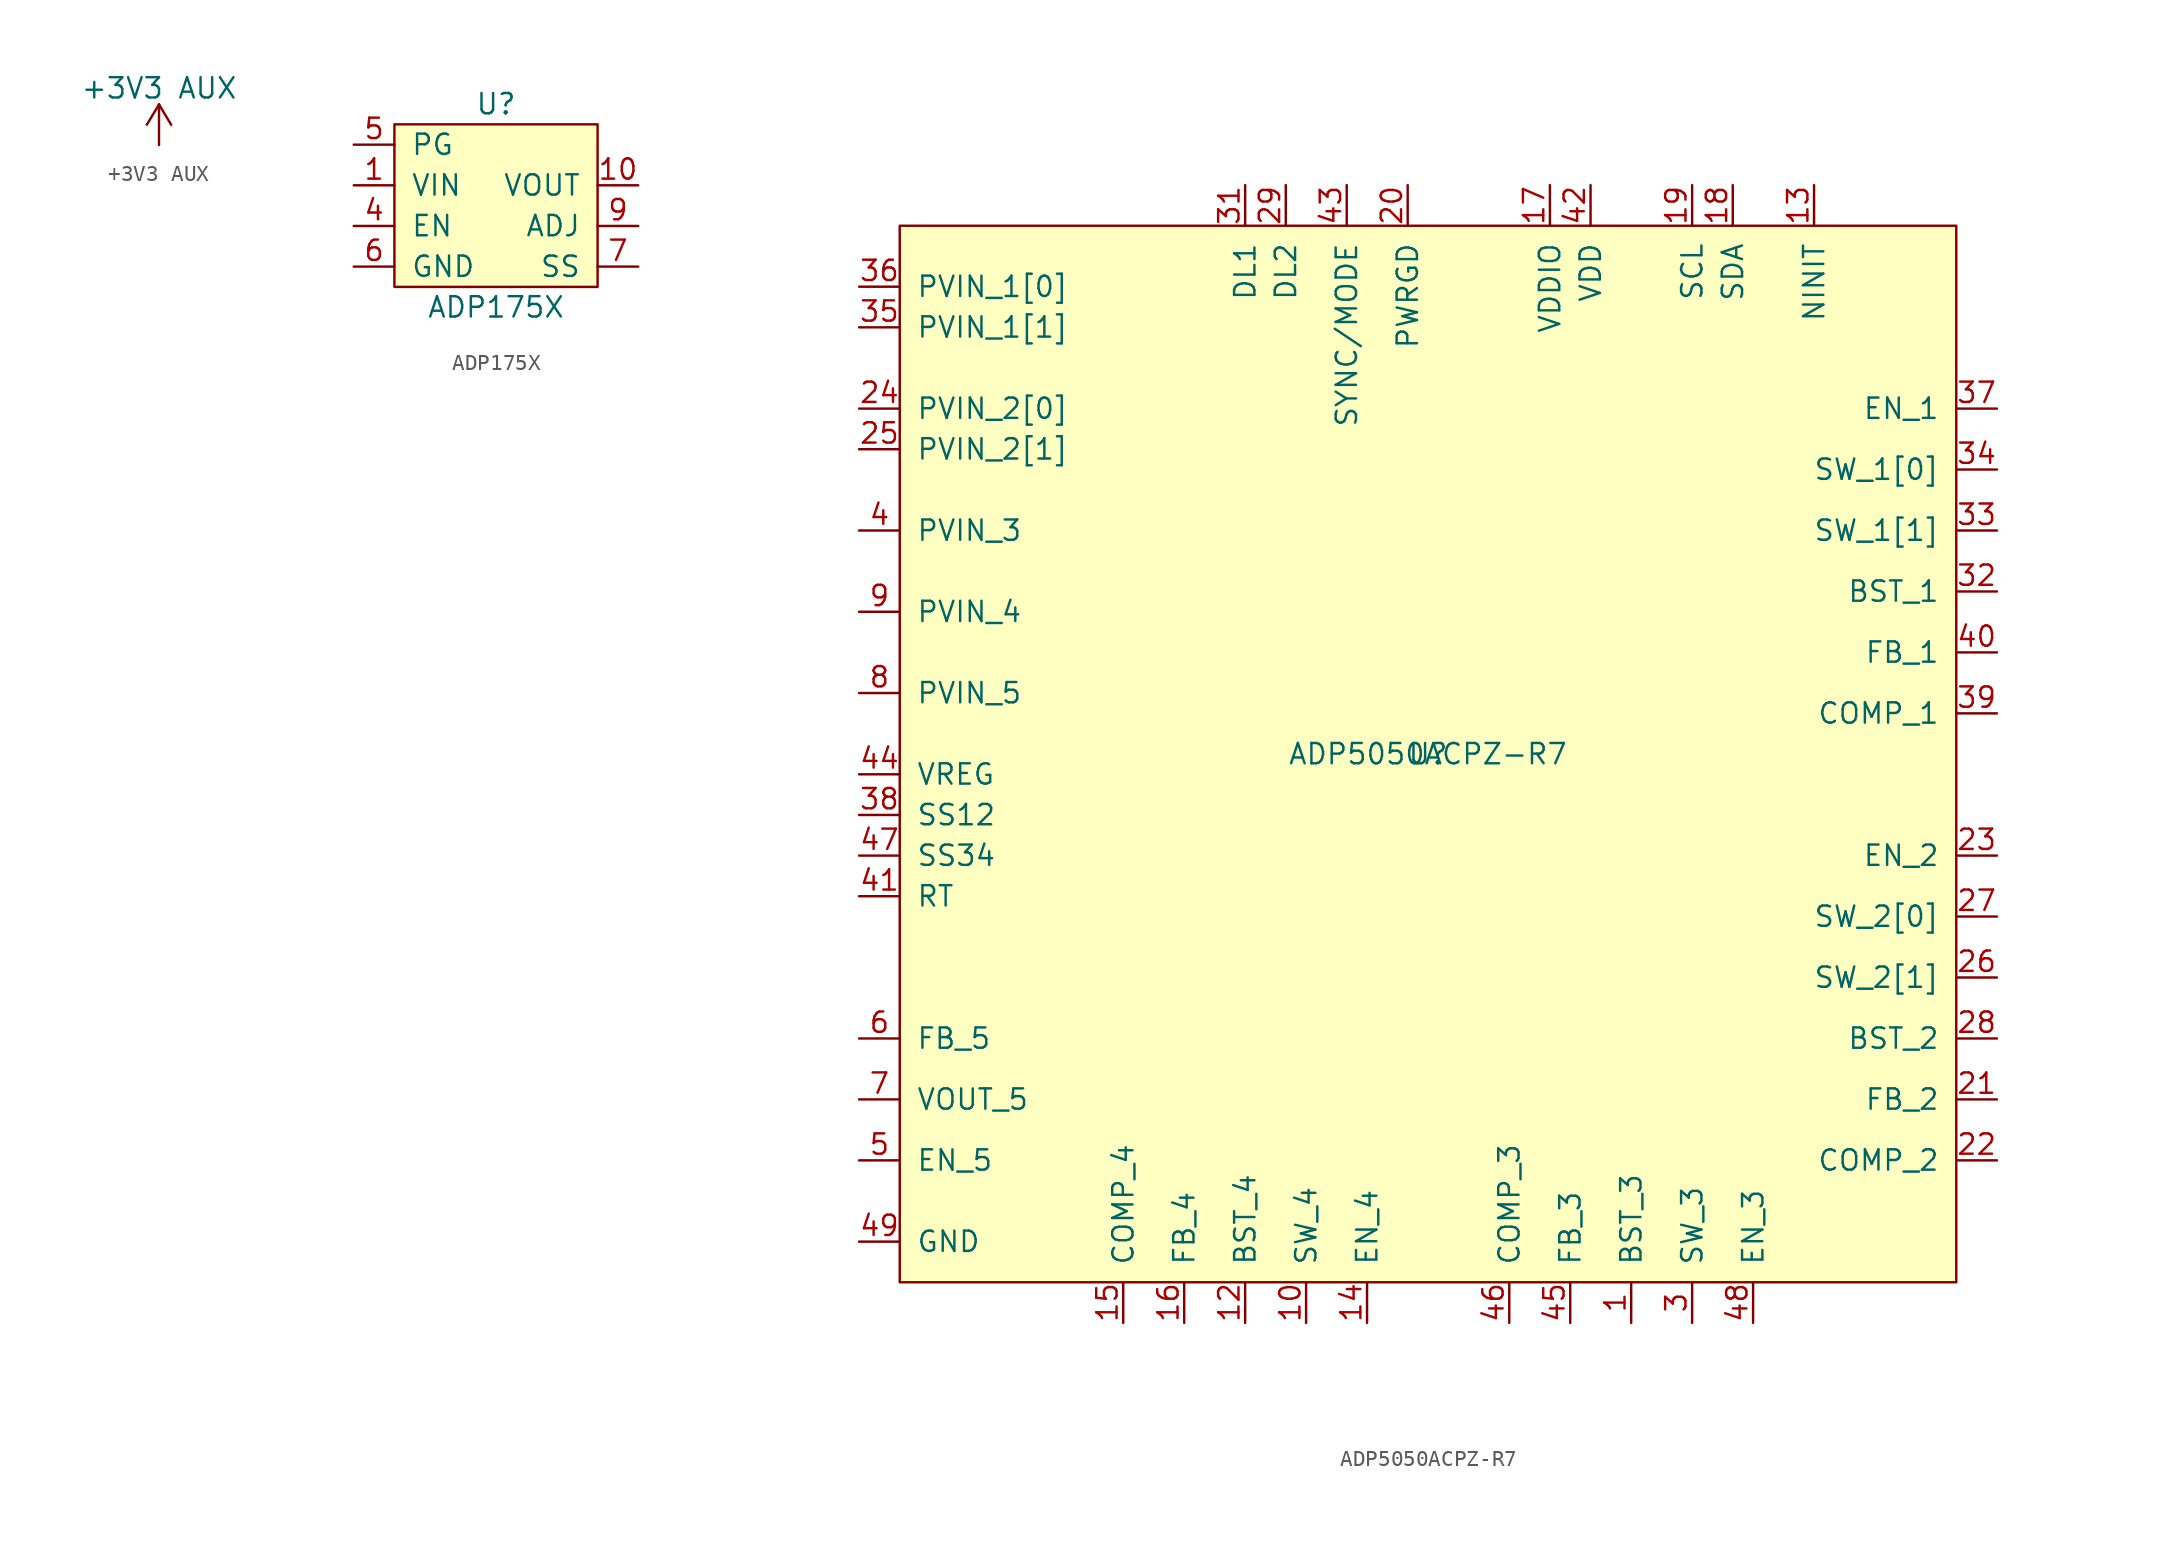
<source format=kicad_sym>
(kicad_symbol_lib
  (version 20220914)
  (generator kicad_symbol_editor)
  (symbol "+3V3 AUX"
    (power)
    (pin_names
      (offset 0))
    (property "Reference" "#PWR"
      (at 0 -3.81 0)
      (effects (font (size 1.27 1.27)) hide))
    (property "Value" "+3V3 AUX"
      (at 0 3.556 0)
      (effects (font (size 1.27 1.27))))
    (symbol "+3V3 AUX_0_1"
      (polyline (pts (xy -0.762 1.27) (xy 0 2.54)) (stroke (width 0) (type default)) (fill (type none)))
      (polyline (pts (xy 0 0) (xy 0 2.54)) (stroke (width 0) (type default)) (fill (type none)))
      (polyline (pts (xy 0 2.54) (xy 0.762 1.27)) (stroke (width 0) (type default)) (fill (type none))))
    (symbol "+3V3 AUX_1_1"
      (pin power_in line (at 0 0 90) (length 0) hide (name "+3V3_AUX" (effects (font (size 1.27 1.27)))) (number "1" (effects (font (size 1.27 1.27)))))))
  (symbol "ADP175X"
    (pin_names
      (offset 1.016))
    (property "Reference" "U"
      (at 0 5.08 0)
      (effects (font (size 1.27 1.27))))
    (property "Value" "ADP175X"
      (at 0 -7.62 0)
      (effects (font (size 1.27 1.27))))
    (symbol "ADP175X_0_1"
      (rectangle (start -6.35 -6.35) (end 6.35 3.81) (stroke (width 0) (type default)) (fill (type background))))
    (symbol "ADP175X_1_1"
      (pin power_in line (at -8.89 0 0) (length 2.54) (name "VIN" (effects (font (size 1.27 1.27)))) (number "1" (effects (font (size 1.27 1.27)))))
      (pin power_out line (at 8.89 0 180) (length 2.54) (name "VOUT" (effects (font (size 1.27 1.27)))) (number "10" (effects (font (size 1.27 1.27)))))
      (pin passive line (at 8.89 0 180) (length 2.54) hide (name "VOUT" (effects (font (size 1.27 1.27)))) (number "11" (effects (font (size 1.27 1.27)))))
      (pin passive line (at 8.89 0 180) (length 2.54) hide (name "VOUT" (effects (font (size 1.27 1.27)))) (number "12" (effects (font (size 1.27 1.27)))))
      (pin passive line (at 8.89 0 180) (length 2.54) hide (name "VOUT" (effects (font (size 1.27 1.27)))) (number "13" (effects (font (size 1.27 1.27)))))
      (pin passive line (at 8.89 0 180) (length 2.54) hide (name "VOUT" (effects (font (size 1.27 1.27)))) (number "14" (effects (font (size 1.27 1.27)))))
      (pin passive line (at -8.89 0 0) (length 2.54) hide (name "VIN" (effects (font (size 1.27 1.27)))) (number "15" (effects (font (size 1.27 1.27)))))
      (pin passive line (at -8.89 0 0) (length 2.54) hide (name "VIN" (effects (font (size 1.27 1.27)))) (number "16" (effects (font (size 1.27 1.27)))))
      (pin passive line (at -8.89 -5.08 0) (length 2.54) hide (name "GND" (effects (font (size 1.27 1.27)))) (number "17" (effects (font (size 1.27 1.27)))))
      (pin passive line (at -8.89 0 0) (length 2.54) hide (name "VIN" (effects (font (size 1.27 1.27)))) (number "2" (effects (font (size 1.27 1.27)))))
      (pin passive line (at -8.89 0 0) (length 2.54) hide (name "VIN" (effects (font (size 1.27 1.27)))) (number "3" (effects (font (size 1.27 1.27)))))
      (pin passive line (at -8.89 -2.54 0) (length 2.54) (name "EN" (effects (font (size 1.27 1.27)))) (number "4" (effects (font (size 1.27 1.27)))))
      (pin passive line (at -8.89 2.54 0) (length 2.54) (name "PG" (effects (font (size 1.27 1.27)))) (number "5" (effects (font (size 1.27 1.27)))))
      (pin passive line (at -8.89 -5.08 0) (length 2.54) (name "GND" (effects (font (size 1.27 1.27)))) (number "6" (effects (font (size 1.27 1.27)))))
      (pin passive line (at 8.89 -5.08 180) (length 2.54) (name "SS" (effects (font (size 1.27 1.27)))) (number "7" (effects (font (size 1.27 1.27)))))
      (pin no_connect non_logic (at 8.89 2.54 180) (length 2.54) hide (name "NC" (effects (font (size 1.27 1.27)))) (number "8" (effects (font (size 1.27 1.27)))))
      (pin passive line (at 8.89 -2.54 180) (length 2.54) (name "ADJ" (effects (font (size 1.27 1.27)))) (number "9" (effects (font (size 1.27 1.27)))))))
  (symbol "ADP5050ACPZ-R7"
    (pin_names
      (offset 1.016))
    (property "Reference" "U"
      (at 0 1.27 0)
      (effects (font (size 1.27 1.27))))
    (property "Value" "ADP5050ACPZ-R7"
      (at 0 1.27 0)
      (effects (font (size 1.27 1.27))))
    (symbol "ADP5050ACPZ-R7_0_1"
      (rectangle (start -33.02 34.29) (end 33.02 -31.75) (stroke (width 0) (type default)) (fill (type background))))
    (symbol "ADP5050ACPZ-R7_1_1"
      (pin passive line (at 12.7 -34.29 90) (length 2.54) (name "BST_3" (effects (font (size 1.27 1.27)))) (number "1" (effects (font (size 1.27 1.27)))))
      (pin power_out line (at -7.62 -34.29 90) (length 2.54) (name "SW_4" (effects (font (size 1.27 1.27)))) (number "10" (effects (font (size 1.27 1.27)))))
      (pin passive line (at -35.56 -29.21 0) (length 2.54) hide (name "GND" (effects (font (size 1.27 1.27)))) (number "11" (effects (font (size 1.27 1.27)))))
      (pin passive line (at -11.43 -34.29 90) (length 2.54) (name "BST_4" (effects (font (size 1.27 1.27)))) (number "12" (effects (font (size 1.27 1.27)))))
      (pin passive line (at 24.13 36.83 270) (length 2.54) (name "NINIT" (effects (font (size 1.27 1.27)))) (number "13" (effects (font (size 1.27 1.27)))))
      (pin input line (at -3.81 -34.29 90) (length 2.54) (name "EN_4" (effects (font (size 1.27 1.27)))) (number "14" (effects (font (size 1.27 1.27)))))
      (pin passive line (at -19.05 -34.29 90) (length 2.54) (name "COMP_4" (effects (font (size 1.27 1.27)))) (number "15" (effects (font (size 1.27 1.27)))))
      (pin input line (at -15.24 -34.29 90) (length 2.54) (name "FB_4" (effects (font (size 1.27 1.27)))) (number "16" (effects (font (size 1.27 1.27)))))
      (pin power_out line (at 7.62 36.83 270) (length 2.54) (name "VDDIO" (effects (font (size 1.27 1.27)))) (number "17" (effects (font (size 1.27 1.27)))))
      (pin passive line (at 19.05 36.83 270) (length 2.54) (name "SDA" (effects (font (size 1.27 1.27)))) (number "18" (effects (font (size 1.27 1.27)))))
      (pin passive line (at 16.51 36.83 270) (length 2.54) (name "SCL" (effects (font (size 1.27 1.27)))) (number "19" (effects (font (size 1.27 1.27)))))
      (pin passive line (at -35.56 -29.21 0) (length 2.54) hide (name "GND" (effects (font (size 1.27 1.27)))) (number "2" (effects (font (size 1.27 1.27)))))
      (pin passive line (at -1.27 36.83 270) (length 2.54) (name "PWRGD" (effects (font (size 1.27 1.27)))) (number "20" (effects (font (size 1.27 1.27)))))
      (pin input line (at 35.56 -20.32 180) (length 2.54) (name "FB_2" (effects (font (size 1.27 1.27)))) (number "21" (effects (font (size 1.27 1.27)))))
      (pin passive line (at 35.56 -24.13 180) (length 2.54) (name "COMP_2" (effects (font (size 1.27 1.27)))) (number "22" (effects (font (size 1.27 1.27)))))
      (pin input line (at 35.56 -5.08 180) (length 2.54) (name "EN_2" (effects (font (size 1.27 1.27)))) (number "23" (effects (font (size 1.27 1.27)))))
      (pin power_in line (at -35.56 22.86 0) (length 2.54) (name "PVIN_2[0]" (effects (font (size 1.27 1.27)))) (number "24" (effects (font (size 1.27 1.27)))))
      (pin power_in line (at -35.56 20.32 0) (length 2.54) (name "PVIN_2[1]" (effects (font (size 1.27 1.27)))) (number "25" (effects (font (size 1.27 1.27)))))
      (pin power_out line (at 35.56 -12.7 180) (length 2.54) (name "SW_2[1]" (effects (font (size 1.27 1.27)))) (number "26" (effects (font (size 1.27 1.27)))))
      (pin power_out line (at 35.56 -8.89 180) (length 2.54) (name "SW_2[0]" (effects (font (size 1.27 1.27)))) (number "27" (effects (font (size 1.27 1.27)))))
      (pin passive line (at 35.56 -16.51 180) (length 2.54) (name "BST_2" (effects (font (size 1.27 1.27)))) (number "28" (effects (font (size 1.27 1.27)))))
      (pin passive line (at -8.89 36.83 270) (length 2.54) (name "DL2" (effects (font (size 1.27 1.27)))) (number "29" (effects (font (size 1.27 1.27)))))
      (pin power_out line (at 16.51 -34.29 90) (length 2.54) (name "SW_3" (effects (font (size 1.27 1.27)))) (number "3" (effects (font (size 1.27 1.27)))))
      (pin passive line (at -35.56 -29.21 0) (length 2.54) hide (name "GND" (effects (font (size 1.27 1.27)))) (number "30" (effects (font (size 1.27 1.27)))))
      (pin passive line (at -11.43 36.83 270) (length 2.54) (name "DL1" (effects (font (size 1.27 1.27)))) (number "31" (effects (font (size 1.27 1.27)))))
      (pin passive line (at 35.56 11.43 180) (length 2.54) (name "BST_1" (effects (font (size 1.27 1.27)))) (number "32" (effects (font (size 1.27 1.27)))))
      (pin power_out line (at 35.56 15.24 180) (length 2.54) (name "SW_1[1]" (effects (font (size 1.27 1.27)))) (number "33" (effects (font (size 1.27 1.27)))))
      (pin power_out line (at 35.56 19.05 180) (length 2.54) (name "SW_1[0]" (effects (font (size 1.27 1.27)))) (number "34" (effects (font (size 1.27 1.27)))))
      (pin power_in line (at -35.56 27.94 0) (length 2.54) (name "PVIN_1[1]" (effects (font (size 1.27 1.27)))) (number "35" (effects (font (size 1.27 1.27)))))
      (pin power_in line (at -35.56 30.48 0) (length 2.54) (name "PVIN_1[0]" (effects (font (size 1.27 1.27)))) (number "36" (effects (font (size 1.27 1.27)))))
      (pin input line (at 35.56 22.86 180) (length 2.54) (name "EN_1" (effects (font (size 1.27 1.27)))) (number "37" (effects (font (size 1.27 1.27)))))
      (pin input line (at -35.56 -2.54 0) (length 2.54) (name "SS12" (effects (font (size 1.27 1.27)))) (number "38" (effects (font (size 1.27 1.27)))))
      (pin passive line (at 35.56 3.81 180) (length 2.54) (name "COMP_1" (effects (font (size 1.27 1.27)))) (number "39" (effects (font (size 1.27 1.27)))))
      (pin power_in line (at -35.56 15.24 0) (length 2.54) (name "PVIN_3" (effects (font (size 1.27 1.27)))) (number "4" (effects (font (size 1.27 1.27)))))
      (pin input line (at 35.56 7.62 180) (length 2.54) (name "FB_1" (effects (font (size 1.27 1.27)))) (number "40" (effects (font (size 1.27 1.27)))))
      (pin passive line (at -35.56 -7.62 0) (length 2.54) (name "RT" (effects (font (size 1.27 1.27)))) (number "41" (effects (font (size 1.27 1.27)))))
      (pin power_out line (at 10.16 36.83 270) (length 2.54) (name "VDD" (effects (font (size 1.27 1.27)))) (number "42" (effects (font (size 1.27 1.27)))))
      (pin passive line (at -5.08 36.83 270) (length 2.54) (name "SYNC/MODE" (effects (font (size 1.27 1.27)))) (number "43" (effects (font (size 1.27 1.27)))))
      (pin input line (at -35.56 0 0) (length 2.54) (name "VREG" (effects (font (size 1.27 1.27)))) (number "44" (effects (font (size 1.27 1.27)))))
      (pin input line (at 8.89 -34.29 90) (length 2.54) (name "FB_3" (effects (font (size 1.27 1.27)))) (number "45" (effects (font (size 1.27 1.27)))))
      (pin passive line (at 5.08 -34.29 90) (length 2.54) (name "COMP_3" (effects (font (size 1.27 1.27)))) (number "46" (effects (font (size 1.27 1.27)))))
      (pin input line (at -35.56 -5.08 0) (length 2.54) (name "SS34" (effects (font (size 1.27 1.27)))) (number "47" (effects (font (size 1.27 1.27)))))
      (pin input line (at 20.32 -34.29 90) (length 2.54) (name "EN_3" (effects (font (size 1.27 1.27)))) (number "48" (effects (font (size 1.27 1.27)))))
      (pin passive line (at -35.56 -29.21 0) (length 2.54) (name "GND" (effects (font (size 1.27 1.27)))) (number "49" (effects (font (size 1.27 1.27)))))
      (pin input line (at -35.56 -24.13 0) (length 2.54) (name "EN_5" (effects (font (size 1.27 1.27)))) (number "5" (effects (font (size 1.27 1.27)))))
      (pin input line (at -35.56 -16.51 0) (length 2.54) (name "FB_5" (effects (font (size 1.27 1.27)))) (number "6" (effects (font (size 1.27 1.27)))))
      (pin power_out line (at -35.56 -20.32 0) (length 2.54) (name "VOUT_5" (effects (font (size 1.27 1.27)))) (number "7" (effects (font (size 1.27 1.27)))))
      (pin power_in line (at -35.56 5.08 0) (length 2.54) (name "PVIN_5" (effects (font (size 1.27 1.27)))) (number "8" (effects (font (size 1.27 1.27)))))
      (pin power_in line (at -35.56 10.16 0) (length 2.54) (name "PVIN_4" (effects (font (size 1.27 1.27)))) (number "9" (effects (font (size 1.27 1.27))))))))
</source>
